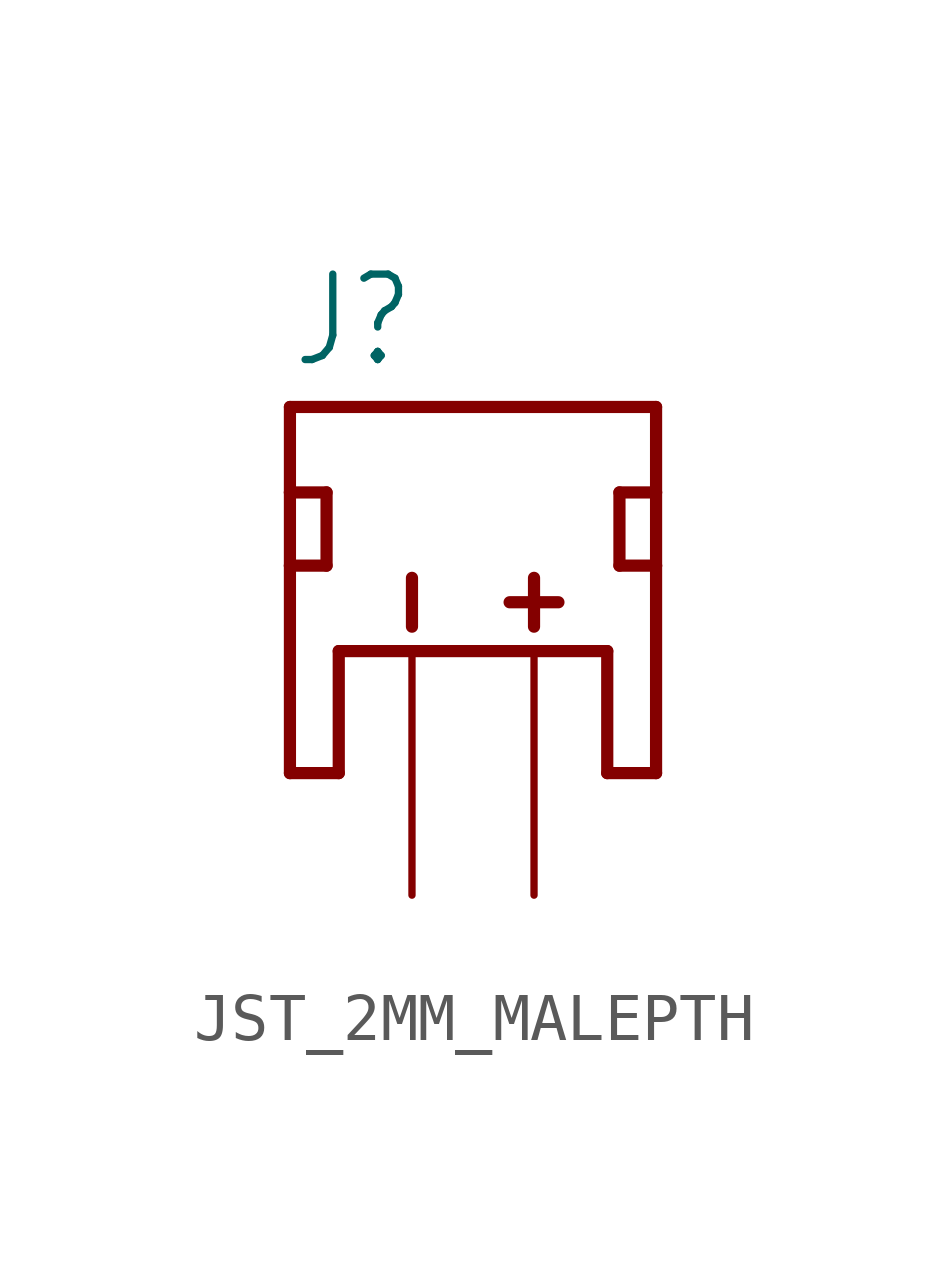
<source format=kicad_sym>
(kicad_symbol_lib
  (version 20211014)
  (generator kicad_symbol_editor)
  (symbol "JST_2MM_MALEPTH"
    (property "Reference" "J"
      (at -2.54 5.842 0)
      (effects (font (size 1.778 1.511)) (justify left bottom)))
    (property "ki_locked" ""
      (at 0 0 0)
      (effects (font (size 1.27 1.27))))
    (symbol "JST_2MM_MALEPTH_1_0"
      (polyline (pts (xy -2.54 -2.54) (xy -2.54 1.778)) (stroke (width 0.254) (type default) (color 0 0 0 0)) (fill (type none)))
      (polyline (pts (xy -2.54 -2.54) (xy -1.524 -2.54)) (stroke (width 0.254) (type default) (color 0 0 0 0)) (fill (type none)))
      (polyline (pts (xy -2.54 1.778) (xy -2.54 3.302)) (stroke (width 0.254) (type default) (color 0 0 0 0)) (fill (type none)))
      (polyline (pts (xy -2.54 1.778) (xy -1.778 1.778)) (stroke (width 0.254) (type default) (color 0 0 0 0)) (fill (type none)))
      (polyline (pts (xy -2.54 3.302) (xy -2.54 5.08)) (stroke (width 0.254) (type default) (color 0 0 0 0)) (fill (type none)))
      (polyline (pts (xy -2.54 5.08) (xy 5.08 5.08)) (stroke (width 0.254) (type default) (color 0 0 0 0)) (fill (type none)))
      (polyline (pts (xy -1.778 1.778) (xy -1.778 3.302)) (stroke (width 0.254) (type default) (color 0 0 0 0)) (fill (type none)))
      (polyline (pts (xy -1.778 3.302) (xy -2.54 3.302)) (stroke (width 0.254) (type default) (color 0 0 0 0)) (fill (type none)))
      (polyline (pts (xy -1.524 0) (xy -1.524 -2.54)) (stroke (width 0.254) (type default) (color 0 0 0 0)) (fill (type none)))
      (polyline (pts (xy 0 0.508) (xy 0 1.524)) (stroke (width 0.254) (type default) (color 0 0 0 0)) (fill (type none)))
      (polyline (pts (xy 2.032 1.016) (xy 3.048 1.016)) (stroke (width 0.254) (type default) (color 0 0 0 0)) (fill (type none)))
      (polyline (pts (xy 2.54 0.508) (xy 2.54 1.524)) (stroke (width 0.254) (type default) (color 0 0 0 0)) (fill (type none)))
      (polyline (pts (xy 4.064 -2.54) (xy 4.064 0)) (stroke (width 0.254) (type default) (color 0 0 0 0)) (fill (type none)))
      (polyline (pts (xy 4.064 0) (xy -1.524 0)) (stroke (width 0.254) (type default) (color 0 0 0 0)) (fill (type none)))
      (polyline (pts (xy 4.318 1.778) (xy 4.318 3.302)) (stroke (width 0.254) (type default) (color 0 0 0 0)) (fill (type none)))
      (polyline (pts (xy 4.318 3.302) (xy 5.08 3.302)) (stroke (width 0.254) (type default) (color 0 0 0 0)) (fill (type none)))
      (polyline (pts (xy 5.08 -2.54) (xy 4.064 -2.54)) (stroke (width 0.254) (type default) (color 0 0 0 0)) (fill (type none)))
      (polyline (pts (xy 5.08 1.778) (xy 4.318 1.778)) (stroke (width 0.254) (type default) (color 0 0 0 0)) (fill (type none)))
      (polyline (pts (xy 5.08 1.778) (xy 5.08 -2.54)) (stroke (width 0.254) (type default) (color 0 0 0 0)) (fill (type none)))
      (polyline (pts (xy 5.08 3.302) (xy 5.08 1.778)) (stroke (width 0.254) (type default) (color 0 0 0 0)) (fill (type none)))
      (polyline (pts (xy 5.08 5.08) (xy 5.08 3.302)) (stroke (width 0.254) (type default) (color 0 0 0 0)) (fill (type none)))
      (pin bidirectional line (at 0 -5.08 90) (length 5.08) (name "-" (effects (font (size 0 0)))) (number "1" (effects (font (size 0 0)))))
      (pin bidirectional line (at 2.54 -5.08 90) (length 5.08) (name "+" (effects (font (size 0 0)))) (number "2" (effects (font (size 0 0))))))))
</source>
